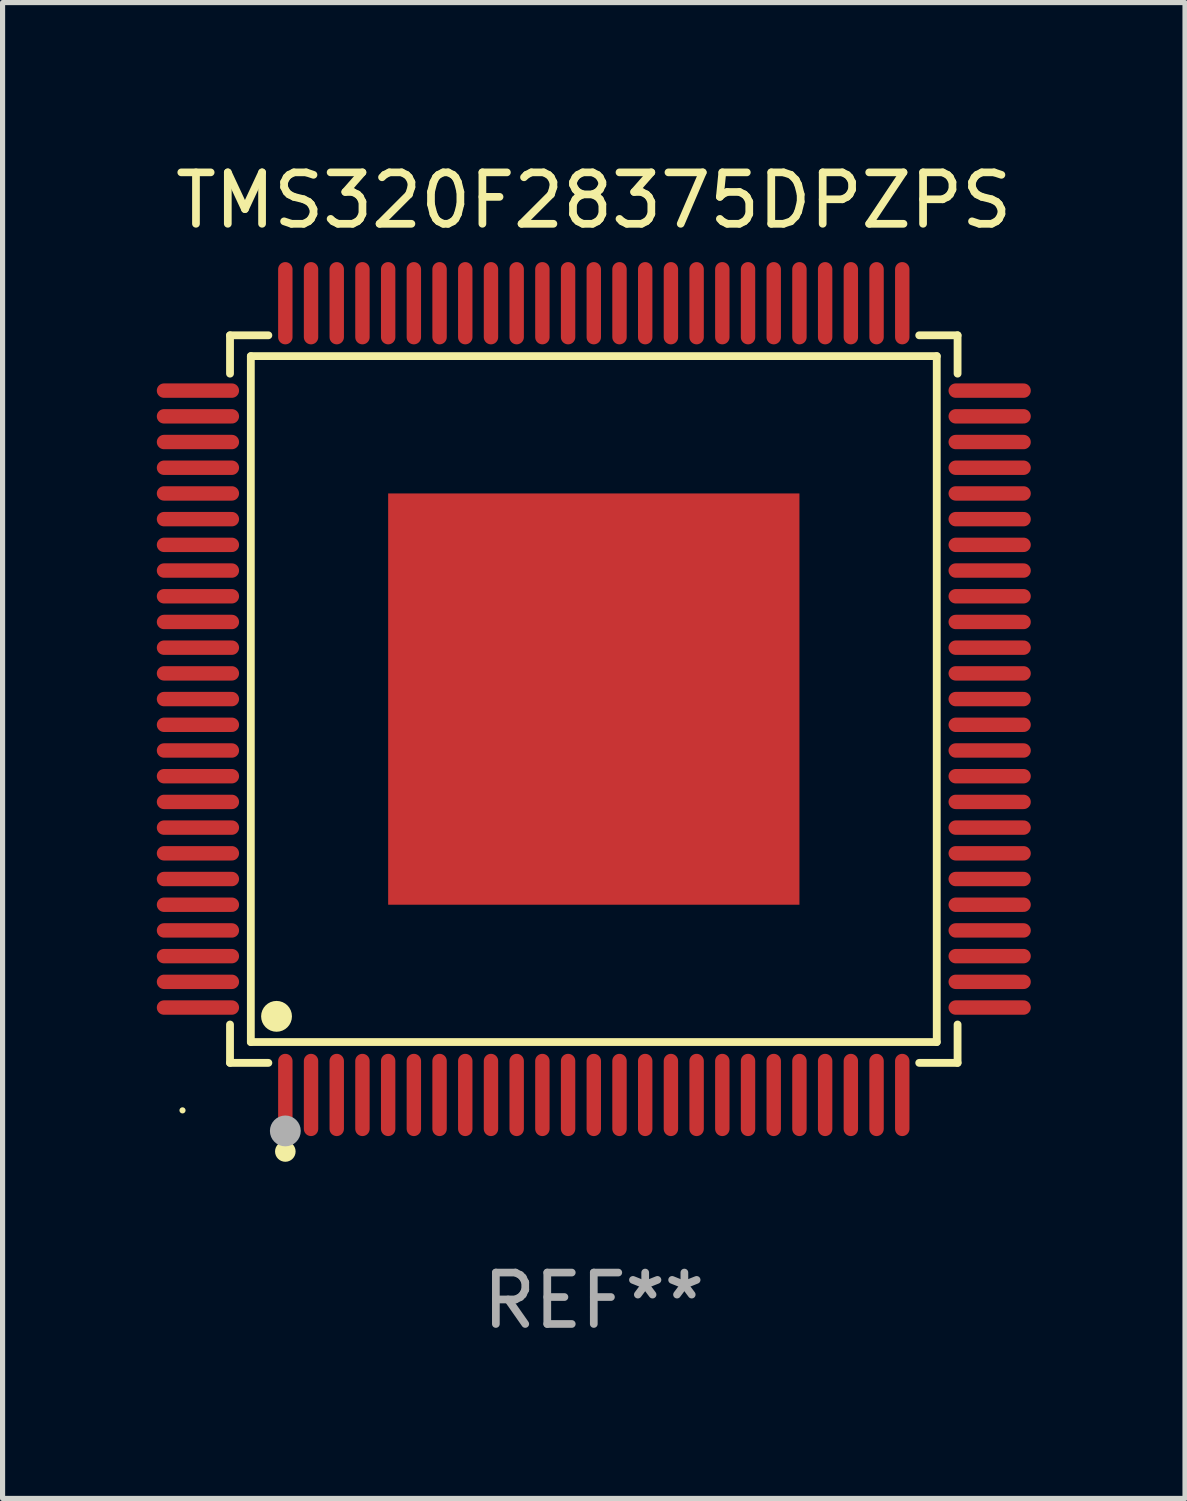
<source format=kicad_pcb>
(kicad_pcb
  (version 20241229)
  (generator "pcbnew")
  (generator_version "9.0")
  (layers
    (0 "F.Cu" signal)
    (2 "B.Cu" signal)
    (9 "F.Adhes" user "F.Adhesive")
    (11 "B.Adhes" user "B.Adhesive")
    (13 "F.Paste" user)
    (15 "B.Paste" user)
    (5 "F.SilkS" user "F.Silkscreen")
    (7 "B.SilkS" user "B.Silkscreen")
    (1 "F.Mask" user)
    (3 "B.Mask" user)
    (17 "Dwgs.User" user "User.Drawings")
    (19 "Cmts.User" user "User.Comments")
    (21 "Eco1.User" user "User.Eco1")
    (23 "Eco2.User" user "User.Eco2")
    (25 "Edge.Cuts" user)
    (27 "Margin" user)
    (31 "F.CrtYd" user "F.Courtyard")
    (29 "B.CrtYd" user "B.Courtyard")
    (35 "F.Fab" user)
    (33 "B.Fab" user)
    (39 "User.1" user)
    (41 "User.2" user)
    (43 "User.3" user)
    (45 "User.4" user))
  (footprint "TMS320F28375DPZPS"
    (layer "F.Cu")
    (at 8.5 10.548)
    (property "Reference" "TMS320F28375DPZPS" (at 0 -9.7 0) (layer "F.SilkS") (effects (font (size 1 1) (thickness 0.15))))
    (attr through_hole)
    (fp_line (start -7.076 -7.076) (end -6.33 -7.076) (stroke (width 0.152) (type solid)) (layer "F.SilkS"))
    (fp_line (start -7.076 -6.33) (end -7.076 -7.076) (stroke (width 0.152) (type solid)) (layer "F.SilkS"))
    (fp_line (start -7.076 6.33) (end -7.076 7.076) (stroke (width 0.152) (type solid)) (layer "F.SilkS"))
    (fp_line (start -7.076 7.076) (end -6.33 7.076) (stroke (width 0.152) (type solid)) (layer "F.SilkS"))
    (fp_line (start -6.671 -6.671) (end 6.671 -6.671) (stroke (width 0.152) (type solid)) (layer "F.SilkS"))
    (fp_line (start -6.671 6.671) (end -6.671 -6.671) (stroke (width 0.152) (type solid)) (layer "F.SilkS"))
    (fp_line (start 6.671 -6.671) (end 6.671 6.671) (stroke (width 0.152) (type solid)) (layer "F.SilkS"))
    (fp_line (start 6.671 6.671) (end -6.671 6.671) (stroke (width 0.152) (type solid)) (layer "F.SilkS"))
    (fp_line (start 7.076 -7.076) (end 6.33 -7.076) (stroke (width 0.152) (type solid)) (layer "F.SilkS"))
    (fp_line (start 7.076 -6.33) (end 7.076 -7.076) (stroke (width 0.152) (type solid)) (layer "F.SilkS"))
    (fp_line (start 7.076 6.33) (end 7.076 7.076) (stroke (width 0.152) (type solid)) (layer "F.SilkS"))
    (fp_line (start 7.076 7.076) (end 6.33 7.076) (stroke (width 0.152) (type solid)) (layer "F.SilkS"))
    (fp_circle (center -8 8) (end -7.97 8) (stroke (width 0.06) (type solid)) (fill no) (layer "F.SilkS"))
    (fp_circle (center -6.171 6.171) (end -6.021 6.171) (stroke (width 0.3) (type solid)) (fill no) (layer "F.SilkS"))
    (fp_circle (center -6 8.8) (end -5.9 8.8) (stroke (width 0.2) (type solid)) (fill no) (layer "F.SilkS"))
    (fp_circle (center -6 8.4) (end -5.85 8.4) (stroke (width 0.3) (type solid)) (fill no) (layer "F.Fab"))
    (fp_text user "REF**" (at 0 11.7 0) (layer "F.Fab") (effects (font (size 1 1) (thickness 0.15))))
    (pad "1" smd oval (at -6 7.7) (size 0.28 1.6) (layers "F.Cu" "F.Mask" "F.Paste"))
    (pad "2" smd oval (at -5.5 7.7) (size 0.28 1.6) (layers "F.Cu" "F.Mask" "F.Paste"))
    (pad "3" smd oval (at -5 7.7) (size 0.28 1.6) (layers "F.Cu" "F.Mask" "F.Paste"))
    (pad "4" smd oval (at -4.5 7.7) (size 0.28 1.6) (layers "F.Cu" "F.Mask" "F.Paste"))
    (pad "5" smd oval (at -4 7.7) (size 0.28 1.6) (layers "F.Cu" "F.Mask" "F.Paste"))
    (pad "6" smd oval (at -3.5 7.7) (size 0.28 1.6) (layers "F.Cu" "F.Mask" "F.Paste"))
    (pad "7" smd oval (at -3 7.7) (size 0.28 1.6) (layers "F.Cu" "F.Mask" "F.Paste"))
    (pad "8" smd oval (at -2.5 7.7) (size 0.28 1.6) (layers "F.Cu" "F.Mask" "F.Paste"))
    (pad "9" smd oval (at -2 7.7) (size 0.28 1.6) (layers "F.Cu" "F.Mask" "F.Paste"))
    (pad "10" smd oval (at -1.5 7.7) (size 0.28 1.6) (layers "F.Cu" "F.Mask" "F.Paste"))
    (pad "11" smd oval (at -1 7.7) (size 0.28 1.6) (layers "F.Cu" "F.Mask" "F.Paste"))
    (pad "12" smd oval (at -0.5 7.7) (size 0.28 1.6) (layers "F.Cu" "F.Mask" "F.Paste"))
    (pad "13" smd oval (at 0 7.7) (size 0.28 1.6) (layers "F.Cu" "F.Mask" "F.Paste"))
    (pad "14" smd oval (at 0.5 7.7) (size 0.28 1.6) (layers "F.Cu" "F.Mask" "F.Paste"))
    (pad "15" smd oval (at 1 7.7) (size 0.28 1.6) (layers "F.Cu" "F.Mask" "F.Paste"))
    (pad "16" smd oval (at 1.5 7.7) (size 0.28 1.6) (layers "F.Cu" "F.Mask" "F.Paste"))
    (pad "17" smd oval (at 2 7.7) (size 0.28 1.6) (layers "F.Cu" "F.Mask" "F.Paste"))
    (pad "18" smd oval (at 2.5 7.7) (size 0.28 1.6) (layers "F.Cu" "F.Mask" "F.Paste"))
    (pad "19" smd oval (at 3 7.7) (size 0.28 1.6) (layers "F.Cu" "F.Mask" "F.Paste"))
    (pad "20" smd oval (at 3.5 7.7) (size 0.28 1.6) (layers "F.Cu" "F.Mask" "F.Paste"))
    (pad "21" smd oval (at 4 7.7) (size 0.28 1.6) (layers "F.Cu" "F.Mask" "F.Paste"))
    (pad "22" smd oval (at 4.5 7.7) (size 0.28 1.6) (layers "F.Cu" "F.Mask" "F.Paste"))
    (pad "23" smd oval (at 5 7.7) (size 0.28 1.6) (layers "F.Cu" "F.Mask" "F.Paste"))
    (pad "24" smd oval (at 5.5 7.7) (size 0.28 1.6) (layers "F.Cu" "F.Mask" "F.Paste"))
    (pad "25" smd oval (at 6 7.7) (size 0.28 1.6) (layers "F.Cu" "F.Mask" "F.Paste"))
    (pad "26" smd oval (at 7.7 6) (size 1.6 0.28) (layers "F.Cu" "F.Mask" "F.Paste"))
    (pad "27" smd oval (at 7.7 5.5) (size 1.6 0.28) (layers "F.Cu" "F.Mask" "F.Paste"))
    (pad "28" smd oval (at 7.7 5) (size 1.6 0.28) (layers "F.Cu" "F.Mask" "F.Paste"))
    (pad "29" smd oval (at 7.7 4.5) (size 1.6 0.28) (layers "F.Cu" "F.Mask" "F.Paste"))
    (pad "30" smd oval (at 7.7 4) (size 1.6 0.28) (layers "F.Cu" "F.Mask" "F.Paste"))
    (pad "31" smd oval (at 7.7 3.5) (size 1.6 0.28) (layers "F.Cu" "F.Mask" "F.Paste"))
    (pad "32" smd oval (at 7.7 3) (size 1.6 0.28) (layers "F.Cu" "F.Mask" "F.Paste"))
    (pad "33" smd oval (at 7.7 2.5) (size 1.6 0.28) (layers "F.Cu" "F.Mask" "F.Paste"))
    (pad "34" smd oval (at 7.7 2) (size 1.6 0.28) (layers "F.Cu" "F.Mask" "F.Paste"))
    (pad "35" smd oval (at 7.7 1.5) (size 1.6 0.28) (layers "F.Cu" "F.Mask" "F.Paste"))
    (pad "36" smd oval (at 7.7 1) (size 1.6 0.28) (layers "F.Cu" "F.Mask" "F.Paste"))
    (pad "37" smd oval (at 7.7 0.5) (size 1.6 0.28) (layers "F.Cu" "F.Mask" "F.Paste"))
    (pad "38" smd oval (at 7.7 0) (size 1.6 0.28) (layers "F.Cu" "F.Mask" "F.Paste"))
    (pad "39" smd oval (at 7.7 -0.5) (size 1.6 0.28) (layers "F.Cu" "F.Mask" "F.Paste"))
    (pad "40" smd oval (at 7.7 -1) (size 1.6 0.28) (layers "F.Cu" "F.Mask" "F.Paste"))
    (pad "41" smd oval (at 7.7 -1.5) (size 1.6 0.28) (layers "F.Cu" "F.Mask" "F.Paste"))
    (pad "42" smd oval (at 7.7 -2) (size 1.6 0.28) (layers "F.Cu" "F.Mask" "F.Paste"))
    (pad "43" smd oval (at 7.7 -2.5) (size 1.6 0.28) (layers "F.Cu" "F.Mask" "F.Paste"))
    (pad "44" smd oval (at 7.7 -3) (size 1.6 0.28) (layers "F.Cu" "F.Mask" "F.Paste"))
    (pad "45" smd oval (at 7.7 -3.5) (size 1.6 0.28) (layers "F.Cu" "F.Mask" "F.Paste"))
    (pad "46" smd oval (at 7.7 -4) (size 1.6 0.28) (layers "F.Cu" "F.Mask" "F.Paste"))
    (pad "47" smd oval (at 7.7 -4.5) (size 1.6 0.28) (layers "F.Cu" "F.Mask" "F.Paste"))
    (pad "48" smd oval (at 7.7 -5) (size 1.6 0.28) (layers "F.Cu" "F.Mask" "F.Paste"))
    (pad "49" smd oval (at 7.7 -5.5) (size 1.6 0.28) (layers "F.Cu" "F.Mask" "F.Paste"))
    (pad "50" smd oval (at 7.7 -6) (size 1.6 0.28) (layers "F.Cu" "F.Mask" "F.Paste"))
    (pad "51" smd oval (at 6 -7.7) (size 0.28 1.6) (layers "F.Cu" "F.Mask" "F.Paste"))
    (pad "52" smd oval (at 5.5 -7.7) (size 0.28 1.6) (layers "F.Cu" "F.Mask" "F.Paste"))
    (pad "53" smd oval (at 5 -7.7) (size 0.28 1.6) (layers "F.Cu" "F.Mask" "F.Paste"))
    (pad "54" smd oval (at 4.5 -7.7) (size 0.28 1.6) (layers "F.Cu" "F.Mask" "F.Paste"))
    (pad "55" smd oval (at 4 -7.7) (size 0.28 1.6) (layers "F.Cu" "F.Mask" "F.Paste"))
    (pad "56" smd oval (at 3.5 -7.7) (size 0.28 1.6) (layers "F.Cu" "F.Mask" "F.Paste"))
    (pad "57" smd oval (at 3 -7.7) (size 0.28 1.6) (layers "F.Cu" "F.Mask" "F.Paste"))
    (pad "58" smd oval (at 2.5 -7.7) (size 0.28 1.6) (layers "F.Cu" "F.Mask" "F.Paste"))
    (pad "59" smd oval (at 2 -7.7) (size 0.28 1.6) (layers "F.Cu" "F.Mask" "F.Paste"))
    (pad "60" smd oval (at 1.5 -7.7) (size 0.28 1.6) (layers "F.Cu" "F.Mask" "F.Paste"))
    (pad "61" smd oval (at 1 -7.7) (size 0.28 1.6) (layers "F.Cu" "F.Mask" "F.Paste"))
    (pad "62" smd oval (at 0.5 -7.7) (size 0.28 1.6) (layers "F.Cu" "F.Mask" "F.Paste"))
    (pad "63" smd oval (at 0 -7.7) (size 0.28 1.6) (layers "F.Cu" "F.Mask" "F.Paste"))
    (pad "64" smd oval (at -0.5 -7.7) (size 0.28 1.6) (layers "F.Cu" "F.Mask" "F.Paste"))
    (pad "65" smd oval (at -1 -7.7) (size 0.28 1.6) (layers "F.Cu" "F.Mask" "F.Paste"))
    (pad "66" smd oval (at -1.5 -7.7) (size 0.28 1.6) (layers "F.Cu" "F.Mask" "F.Paste"))
    (pad "67" smd oval (at -2 -7.7) (size 0.28 1.6) (layers "F.Cu" "F.Mask" "F.Paste"))
    (pad "68" smd oval (at -2.5 -7.7) (size 0.28 1.6) (layers "F.Cu" "F.Mask" "F.Paste"))
    (pad "69" smd oval (at -3 -7.7) (size 0.28 1.6) (layers "F.Cu" "F.Mask" "F.Paste"))
    (pad "70" smd oval (at -3.5 -7.7) (size 0.28 1.6) (layers "F.Cu" "F.Mask" "F.Paste"))
    (pad "71" smd oval (at -4 -7.7) (size 0.28 1.6) (layers "F.Cu" "F.Mask" "F.Paste"))
    (pad "72" smd oval (at -4.5 -7.7) (size 0.28 1.6) (layers "F.Cu" "F.Mask" "F.Paste"))
    (pad "73" smd oval (at -5 -7.7) (size 0.28 1.6) (layers "F.Cu" "F.Mask" "F.Paste"))
    (pad "74" smd oval (at -5.5 -7.7) (size 0.28 1.6) (layers "F.Cu" "F.Mask" "F.Paste"))
    (pad "75" smd oval (at -6 -7.7) (size 0.28 1.6) (layers "F.Cu" "F.Mask" "F.Paste"))
    (pad "76" smd oval (at -7.7 -6) (size 1.6 0.28) (layers "F.Cu" "F.Mask" "F.Paste"))
    (pad "77" smd oval (at -7.7 -5.5) (size 1.6 0.28) (layers "F.Cu" "F.Mask" "F.Paste"))
    (pad "78" smd oval (at -7.7 -5) (size 1.6 0.28) (layers "F.Cu" "F.Mask" "F.Paste"))
    (pad "79" smd oval (at -7.7 -4.5) (size 1.6 0.28) (layers "F.Cu" "F.Mask" "F.Paste"))
    (pad "80" smd oval (at -7.7 -4) (size 1.6 0.28) (layers "F.Cu" "F.Mask" "F.Paste"))
    (pad "81" smd oval (at -7.7 -3.5) (size 1.6 0.28) (layers "F.Cu" "F.Mask" "F.Paste"))
    (pad "82" smd oval (at -7.7 -3) (size 1.6 0.28) (layers "F.Cu" "F.Mask" "F.Paste"))
    (pad "83" smd oval (at -7.7 -2.5) (size 1.6 0.28) (layers "F.Cu" "F.Mask" "F.Paste"))
    (pad "84" smd oval (at -7.7 -2) (size 1.6 0.28) (layers "F.Cu" "F.Mask" "F.Paste"))
    (pad "85" smd oval (at -7.7 -1.5) (size 1.6 0.28) (layers "F.Cu" "F.Mask" "F.Paste"))
    (pad "86" smd oval (at -7.7 -1) (size 1.6 0.28) (layers "F.Cu" "F.Mask" "F.Paste"))
    (pad "87" smd oval (at -7.7 -0.5) (size 1.6 0.28) (layers "F.Cu" "F.Mask" "F.Paste"))
    (pad "88" smd oval (at -7.7 0) (size 1.6 0.28) (layers "F.Cu" "F.Mask" "F.Paste"))
    (pad "89" smd oval (at -7.7 0.5) (size 1.6 0.28) (layers "F.Cu" "F.Mask" "F.Paste"))
    (pad "90" smd oval (at -7.7 1) (size 1.6 0.28) (layers "F.Cu" "F.Mask" "F.Paste"))
    (pad "91" smd oval (at -7.7 1.5) (size 1.6 0.28) (layers "F.Cu" "F.Mask" "F.Paste"))
    (pad "92" smd oval (at -7.7 2) (size 1.6 0.28) (layers "F.Cu" "F.Mask" "F.Paste"))
    (pad "93" smd oval (at -7.7 2.5) (size 1.6 0.28) (layers "F.Cu" "F.Mask" "F.Paste"))
    (pad "94" smd oval (at -7.7 3) (size 1.6 0.28) (layers "F.Cu" "F.Mask" "F.Paste"))
    (pad "95" smd oval (at -7.7 3.5) (size 1.6 0.28) (layers "F.Cu" "F.Mask" "F.Paste"))
    (pad "96" smd oval (at -7.7 4) (size 1.6 0.28) (layers "F.Cu" "F.Mask" "F.Paste"))
    (pad "97" smd oval (at -7.7 4.5) (size 1.6 0.28) (layers "F.Cu" "F.Mask" "F.Paste"))
    (pad "98" smd oval (at -7.7 5) (size 1.6 0.28) (layers "F.Cu" "F.Mask" "F.Paste"))
    (pad "99" smd oval (at -7.7 5.5) (size 1.6 0.28) (layers "F.Cu" "F.Mask" "F.Paste"))
    (pad "100" smd oval (at -7.7 6) (size 1.6 0.28) (layers "F.Cu" "F.Mask" "F.Paste"))
    (pad "101" smd rect (at 0 0) (size 8 8) (layers "F.Cu" "F.Mask" "F.Paste")))
  (gr_rect
    (start -3 -3)
    (end 20 26.097)
    (stroke (width 0.1) (type default))
    (fill no)
    (layer "Edge.Cuts")))
</source>
